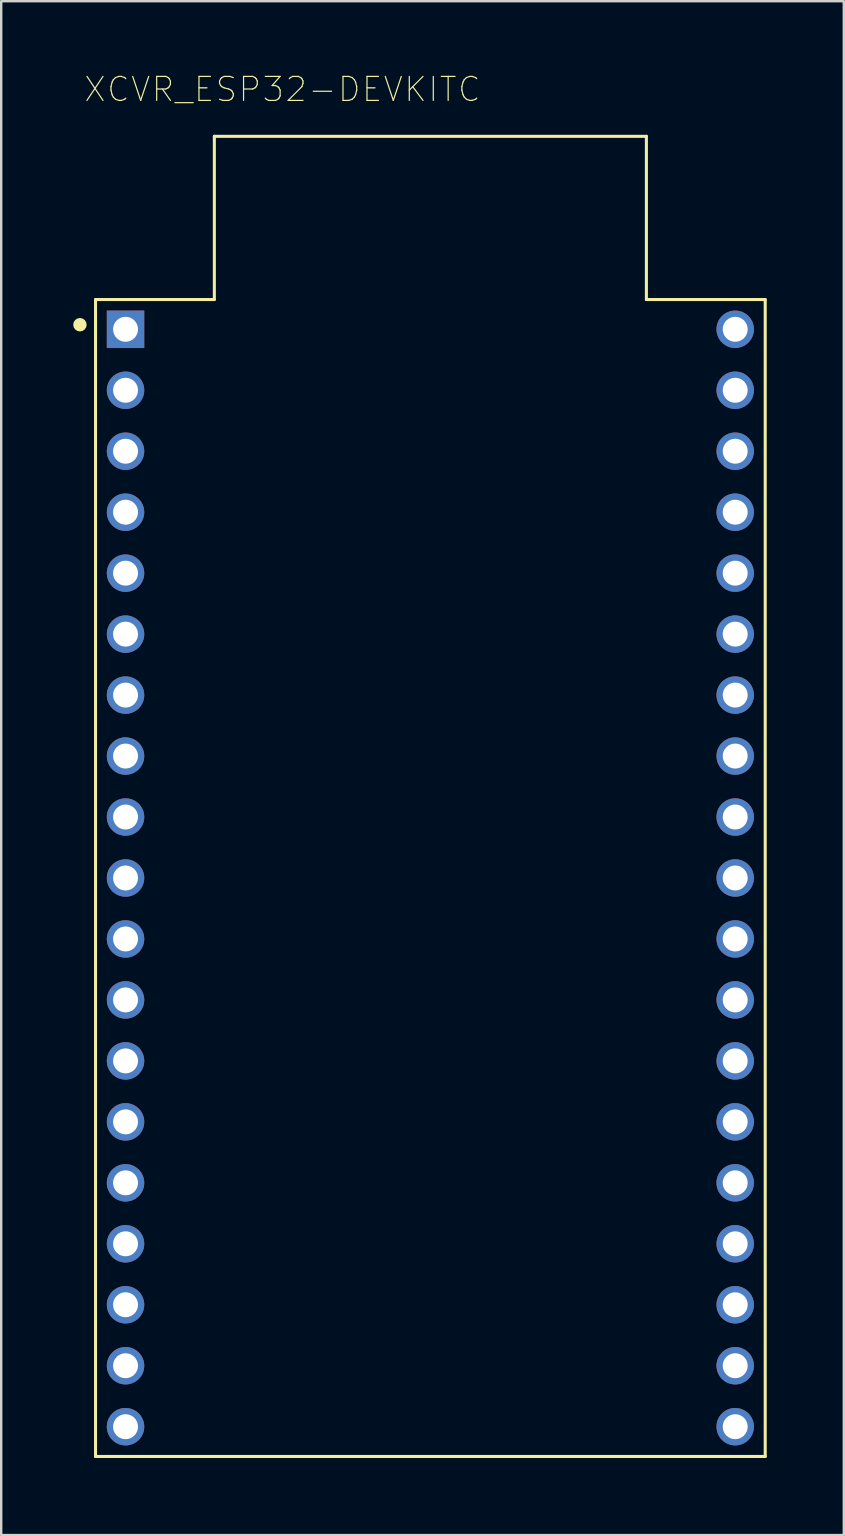
<source format=kicad_pcb>
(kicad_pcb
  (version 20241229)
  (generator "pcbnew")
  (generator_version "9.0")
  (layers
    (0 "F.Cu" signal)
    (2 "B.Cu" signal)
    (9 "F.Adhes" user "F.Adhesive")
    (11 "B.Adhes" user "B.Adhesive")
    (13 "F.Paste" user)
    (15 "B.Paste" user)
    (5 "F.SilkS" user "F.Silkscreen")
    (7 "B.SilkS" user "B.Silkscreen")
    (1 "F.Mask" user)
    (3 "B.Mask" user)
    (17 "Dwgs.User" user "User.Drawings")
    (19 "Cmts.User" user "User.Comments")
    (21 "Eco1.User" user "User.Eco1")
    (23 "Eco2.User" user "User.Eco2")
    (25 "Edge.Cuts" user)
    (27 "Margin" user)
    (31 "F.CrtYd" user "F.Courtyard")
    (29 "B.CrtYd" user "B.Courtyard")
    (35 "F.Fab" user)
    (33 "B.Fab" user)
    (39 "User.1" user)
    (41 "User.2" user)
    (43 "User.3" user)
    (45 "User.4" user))
  (footprint "XCVR_ESP32-DEVKITC"
    (layer "F.Cu")
    (at 14.88 30.129)
    (property "Reference" "XCVR_ESP32-DEVKITC" (at -6.164 -29.456 0) (layer "F.SilkS") (effects (font (size 1 1) (thickness 0.05))))
    (attr through_hole)
    (fp_line (start -13.95 -20.7) (end -9 -20.7) (stroke (width 0.127) (type solid)) (layer "F.SilkS"))
    (fp_line (start -13.95 27.5) (end -13.95 -20.7) (stroke (width 0.127) (type solid)) (layer "F.SilkS"))
    (fp_line (start -9 -27.5) (end -9 -20.7) (stroke (width 0.127) (type solid)) (layer "F.SilkS"))
    (fp_line (start -9 -27.5) (end 9 -27.5) (stroke (width 0.127) (type solid)) (layer "F.SilkS"))
    (fp_line (start 9 -27.5) (end 9 -20.7) (stroke (width 0.127) (type solid)) (layer "F.SilkS"))
    (fp_line (start 13.95 -20.7) (end 9 -20.7) (stroke (width 0.127) (type solid)) (layer "F.SilkS"))
    (fp_line (start 13.95 -20.7) (end 13.95 27.5) (stroke (width 0.127) (type solid)) (layer "F.SilkS"))
    (fp_line (start 13.95 27.5) (end -13.95 27.5) (stroke (width 0.127) (type solid)) (layer "F.SilkS"))
    (fp_circle (center -14.6 -19.65) (end -14.46 -19.65) (stroke (width 0.28) (type solid)) (fill no) (layer "F.SilkS"))
    (fp_line (start -14.2 -20.95) (end -9.25 -20.95) (stroke (width 0.05) (type solid)) (layer "Eco1.User"))
    (fp_line (start -14.2 27.75) (end -14.2 -20.95) (stroke (width 0.05) (type solid)) (layer "Eco1.User"))
    (fp_line (start -9.25 -27.75) (end 9.25 -27.75) (stroke (width 0.05) (type solid)) (layer "Eco1.User"))
    (fp_line (start -9.25 -20.95) (end -9.25 -27.75) (stroke (width 0.05) (type solid)) (layer "Eco1.User"))
    (fp_line (start 9.25 -27.75) (end 9.25 -20.95) (stroke (width 0.05) (type solid)) (layer "Eco1.User"))
    (fp_line (start 9.25 -20.95) (end 14.2 -20.95) (stroke (width 0.05) (type solid)) (layer "Eco1.User"))
    (fp_line (start 14.2 -20.95) (end 14.2 27.75) (stroke (width 0.05) (type solid)) (layer "Eco1.User"))
    (fp_line (start 14.2 27.75) (end -14.2 27.75) (stroke (width 0.05) (type solid)) (layer "Eco1.User"))
    (fp_poly (pts (xy -8.93 -27.43) (xy 8.93 -27.43) (xy 8.93 -20.76) (xy -8.93 -20.76)) (stroke (width 0.1) (type solid)) (fill no) (layer "Eco1.User"))
    (fp_line (start -13.95 -20.7) (end -9 -20.7) (stroke (width 0.127) (type solid)) (layer "Eco2.User"))
    (fp_line (start -13.95 27.5) (end -13.95 -20.7) (stroke (width 0.127) (type solid)) (layer "Eco2.User"))
    (fp_line (start -9 -27.5) (end -9 -20.7) (stroke (width 0.127) (type solid)) (layer "Eco2.User"))
    (fp_line (start -9 -27.5) (end 9 -27.5) (stroke (width 0.127) (type solid)) (layer "Eco2.User"))
    (fp_line (start 9 -27.5) (end 9 -20.7) (stroke (width 0.127) (type solid)) (layer "Eco2.User"))
    (fp_line (start 13.95 -20.7) (end 9 -20.7) (stroke (width 0.127) (type solid)) (layer "Eco2.User"))
    (fp_line (start 13.95 -20.7) (end 13.95 27.5) (stroke (width 0.127) (type solid)) (layer "Eco2.User"))
    (fp_line (start 13.95 27.5) (end -13.95 27.5) (stroke (width 0.127) (type solid)) (layer "Eco2.User"))
    (fp_circle (center -14.6 -19.65) (end -14.46 -19.65) (stroke (width 0.28) (type solid)) (fill no) (layer "Eco2.User"))
    (pad "1" thru_hole rect (at -12.7 -19.46) (size 1.56 1.56) (drill 1.04) (layers "*.Cu" "*.Mask"))
    (pad "2" thru_hole circle (at -12.7 -16.92) (size 1.56 1.56) (drill 1.04) (layers "*.Cu" "*.Mask"))
    (pad "3" thru_hole circle (at -12.7 -14.38) (size 1.56 1.56) (drill 1.04) (layers "*.Cu" "*.Mask"))
    (pad "4" thru_hole circle (at -12.7 -11.84) (size 1.56 1.56) (drill 1.04) (layers "*.Cu" "*.Mask"))
    (pad "5" thru_hole circle (at -12.7 -9.3) (size 1.56 1.56) (drill 1.04) (layers "*.Cu" "*.Mask"))
    (pad "6" thru_hole circle (at -12.7 -6.76) (size 1.56 1.56) (drill 1.04) (layers "*.Cu" "*.Mask"))
    (pad "7" thru_hole circle (at -12.7 -4.22) (size 1.56 1.56) (drill 1.04) (layers "*.Cu" "*.Mask"))
    (pad "8" thru_hole circle (at -12.7 -1.68) (size 1.56 1.56) (drill 1.04) (layers "*.Cu" "*.Mask"))
    (pad "9" thru_hole circle (at -12.7 0.86) (size 1.56 1.56) (drill 1.04) (layers "*.Cu" "*.Mask"))
    (pad "10" thru_hole circle (at -12.7 3.4) (size 1.56 1.56) (drill 1.04) (layers "*.Cu" "*.Mask"))
    (pad "11" thru_hole circle (at -12.7 5.94) (size 1.56 1.56) (drill 1.04) (layers "*.Cu" "*.Mask"))
    (pad "12" thru_hole circle (at -12.7 8.48) (size 1.56 1.56) (drill 1.04) (layers "*.Cu" "*.Mask"))
    (pad "13" thru_hole circle (at -12.7 11.02) (size 1.56 1.56) (drill 1.04) (layers "*.Cu" "*.Mask"))
    (pad "14" thru_hole circle (at -12.7 13.56) (size 1.56 1.56) (drill 1.04) (layers "*.Cu" "*.Mask"))
    (pad "15" thru_hole circle (at -12.7 16.1) (size 1.56 1.56) (drill 1.04) (layers "*.Cu" "*.Mask"))
    (pad "16" thru_hole circle (at -12.7 18.64) (size 1.56 1.56) (drill 1.04) (layers "*.Cu" "*.Mask"))
    (pad "17" thru_hole circle (at -12.7 21.18) (size 1.56 1.56) (drill 1.04) (layers "*.Cu" "*.Mask"))
    (pad "18" thru_hole circle (at -12.7 23.72) (size 1.56 1.56) (drill 1.04) (layers "*.Cu" "*.Mask"))
    (pad "19" thru_hole circle (at -12.7 26.26) (size 1.56 1.56) (drill 1.04) (layers "*.Cu" "*.Mask"))
    (pad "20" thru_hole circle (at 12.7 26.26 180) (size 1.56 1.56) (drill 1.04) (layers "*.Cu" "*.Mask"))
    (pad "21" thru_hole circle (at 12.7 23.72 180) (size 1.56 1.56) (drill 1.04) (layers "*.Cu" "*.Mask"))
    (pad "22" thru_hole circle (at 12.7 21.18 180) (size 1.56 1.56) (drill 1.04) (layers "*.Cu" "*.Mask"))
    (pad "23" thru_hole circle (at 12.7 18.64 180) (size 1.56 1.56) (drill 1.04) (layers "*.Cu" "*.Mask"))
    (pad "24" thru_hole circle (at 12.7 16.1 180) (size 1.56 1.56) (drill 1.04) (layers "*.Cu" "*.Mask"))
    (pad "25" thru_hole circle (at 12.7 13.56 180) (size 1.56 1.56) (drill 1.04) (layers "*.Cu" "*.Mask"))
    (pad "26" thru_hole circle (at 12.7 11.02 180) (size 1.56 1.56) (drill 1.04) (layers "*.Cu" "*.Mask"))
    (pad "27" thru_hole circle (at 12.7 8.48 180) (size 1.56 1.56) (drill 1.04) (layers "*.Cu" "*.Mask"))
    (pad "28" thru_hole circle (at 12.7 5.94 180) (size 1.56 1.56) (drill 1.04) (layers "*.Cu" "*.Mask"))
    (pad "29" thru_hole circle (at 12.7 3.4 180) (size 1.56 1.56) (drill 1.04) (layers "*.Cu" "*.Mask"))
    (pad "30" thru_hole circle (at 12.7 0.86 180) (size 1.56 1.56) (drill 1.04) (layers "*.Cu" "*.Mask"))
    (pad "31" thru_hole circle (at 12.7 -1.68 180) (size 1.56 1.56) (drill 1.04) (layers "*.Cu" "*.Mask"))
    (pad "32" thru_hole circle (at 12.7 -4.22 180) (size 1.56 1.56) (drill 1.04) (layers "*.Cu" "*.Mask"))
    (pad "33" thru_hole circle (at 12.7 -6.76 180) (size 1.56 1.56) (drill 1.04) (layers "*.Cu" "*.Mask"))
    (pad "34" thru_hole circle (at 12.7 -9.3 180) (size 1.56 1.56) (drill 1.04) (layers "*.Cu" "*.Mask"))
    (pad "35" thru_hole circle (at 12.7 -11.84 180) (size 1.56 1.56) (drill 1.04) (layers "*.Cu" "*.Mask"))
    (pad "36" thru_hole circle (at 12.7 -14.38 180) (size 1.56 1.56) (drill 1.04) (layers "*.Cu" "*.Mask"))
    (pad "37" thru_hole circle (at 12.7 -16.92 180) (size 1.56 1.56) (drill 1.04) (layers "*.Cu" "*.Mask"))
    (pad "38" thru_hole circle (at 12.7 -19.46 180) (size 1.56 1.56) (drill 1.04) (layers "*.Cu" "*.Mask")))
  (gr_rect
    (start -3 -3)
    (end 32.105 60.904)
    (stroke (width 0.1) (type default))
    (fill no)
    (layer "Edge.Cuts")))
</source>
